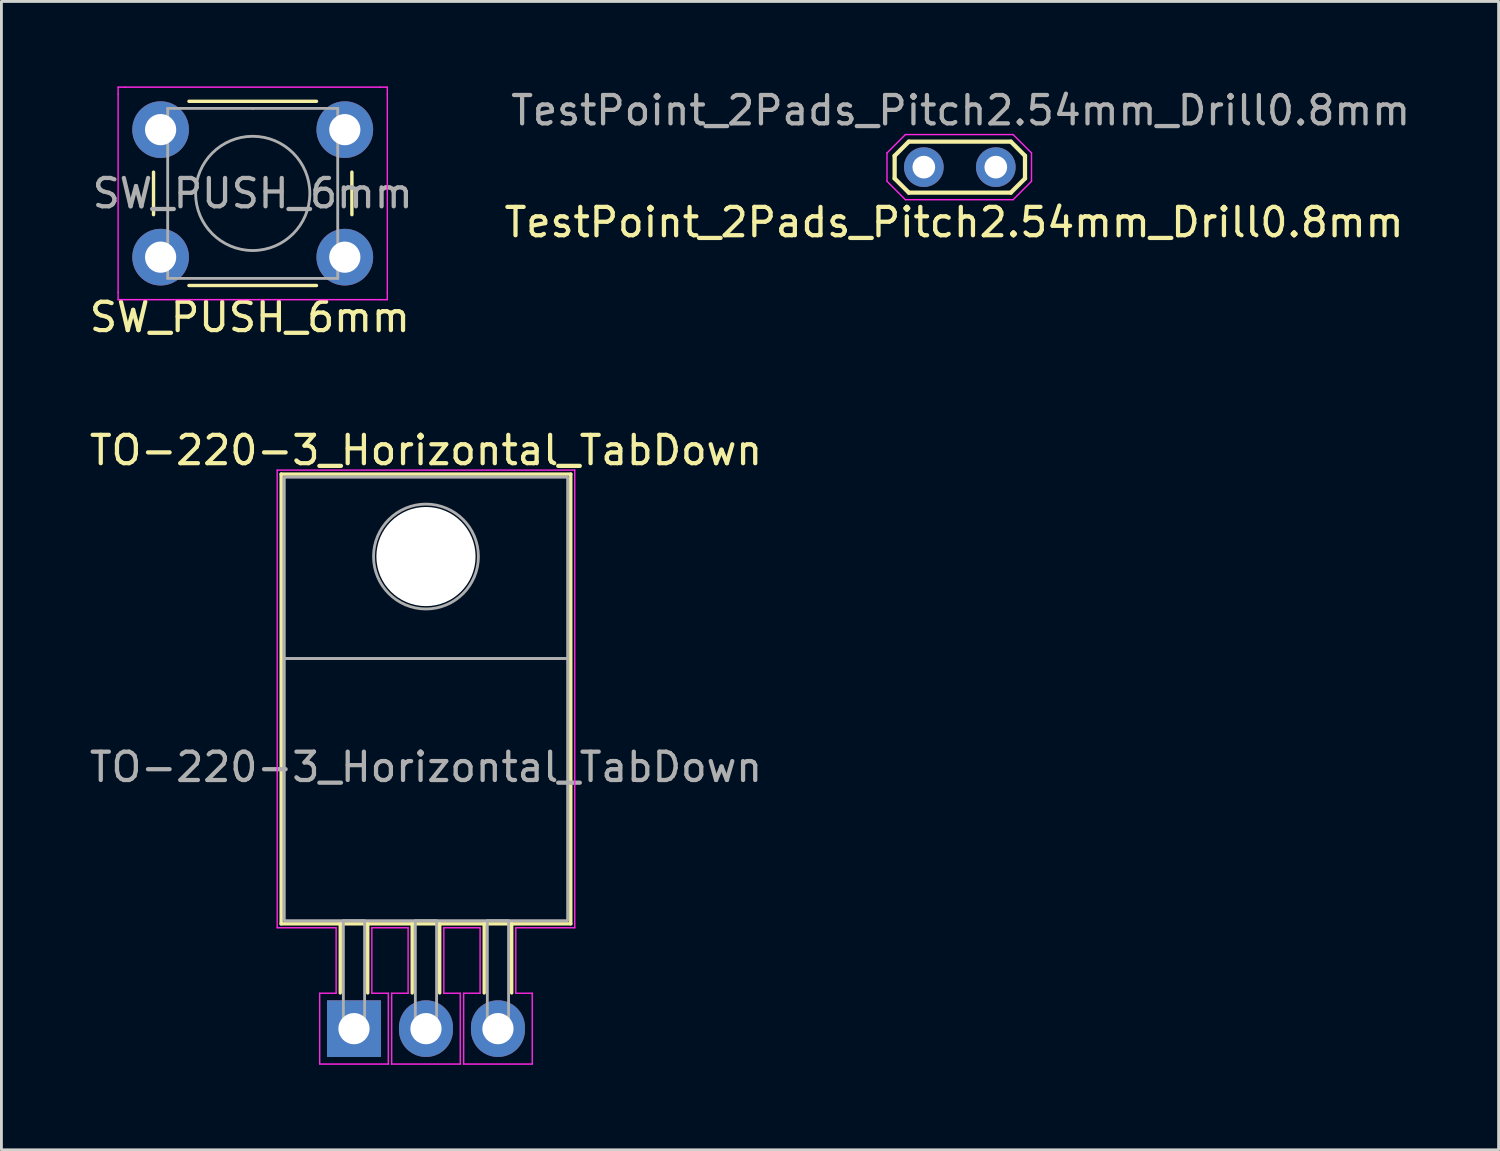
<source format=kicad_pcb>
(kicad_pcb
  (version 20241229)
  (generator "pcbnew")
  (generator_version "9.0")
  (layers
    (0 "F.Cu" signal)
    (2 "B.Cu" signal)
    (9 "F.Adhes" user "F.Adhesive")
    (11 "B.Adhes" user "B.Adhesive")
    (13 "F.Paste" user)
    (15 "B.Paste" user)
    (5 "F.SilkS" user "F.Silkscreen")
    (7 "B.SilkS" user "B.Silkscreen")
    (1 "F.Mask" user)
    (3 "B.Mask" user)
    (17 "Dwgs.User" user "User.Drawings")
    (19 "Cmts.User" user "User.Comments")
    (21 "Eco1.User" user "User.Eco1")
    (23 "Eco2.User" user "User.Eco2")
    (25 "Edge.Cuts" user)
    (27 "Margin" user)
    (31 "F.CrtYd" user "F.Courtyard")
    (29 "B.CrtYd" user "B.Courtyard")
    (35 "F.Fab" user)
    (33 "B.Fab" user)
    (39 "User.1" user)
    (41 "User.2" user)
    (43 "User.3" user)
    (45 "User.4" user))
  (footprint "SW_PUSH_6mm"
    (layer "F.Cu")
    (at 2.618 1.525)
    (property "Reference" "SW_PUSH_6mm" (at 3.15 6.619 0) (unlocked yes) (layer "F.SilkS") (effects (font (size 1 1) (thickness 0.15))))
    (attr through_hole)
    (fp_line (start -0.25 1.5) (end -0.25 3) (stroke (width 0.12) (type solid)) (layer "F.SilkS"))
    (fp_line (start 1 5.5) (end 5.5 5.5) (stroke (width 0.12) (type solid)) (layer "F.SilkS"))
    (fp_line (start 5.5 -1) (end 1 -1) (stroke (width 0.12) (type solid)) (layer "F.SilkS"))
    (fp_line (start 6.75 3) (end 6.75 1.5) (stroke (width 0.12) (type solid)) (layer "F.SilkS"))
    (fp_line (start -1.5 -1.5) (end -1.25 -1.5) (stroke (width 0.05) (type solid)) (layer "F.CrtYd"))
    (fp_line (start -1.5 -1.25) (end -1.5 -1.5) (stroke (width 0.05) (type solid)) (layer "F.CrtYd"))
    (fp_line (start -1.5 5.75) (end -1.5 -1.25) (stroke (width 0.05) (type solid)) (layer "F.CrtYd"))
    (fp_line (start -1.5 5.75) (end -1.5 6) (stroke (width 0.05) (type solid)) (layer "F.CrtYd"))
    (fp_line (start -1.5 6) (end -1.25 6) (stroke (width 0.05) (type solid)) (layer "F.CrtYd"))
    (fp_line (start -1.25 -1.5) (end 7.75 -1.5) (stroke (width 0.05) (type solid)) (layer "F.CrtYd"))
    (fp_line (start 7.75 -1.5) (end 8 -1.5) (stroke (width 0.05) (type solid)) (layer "F.CrtYd"))
    (fp_line (start 7.75 6) (end -1.25 6) (stroke (width 0.05) (type solid)) (layer "F.CrtYd"))
    (fp_line (start 7.75 6) (end 8 6) (stroke (width 0.05) (type solid)) (layer "F.CrtYd"))
    (fp_line (start 8 -1.5) (end 8 -1.25) (stroke (width 0.05) (type solid)) (layer "F.CrtYd"))
    (fp_line (start 8 -1.25) (end 8 5.75) (stroke (width 0.05) (type solid)) (layer "F.CrtYd"))
    (fp_line (start 8 6) (end 8 5.75) (stroke (width 0.05) (type solid)) (layer "F.CrtYd"))
    (fp_line (start 0.25 -0.75) (end 3.25 -0.75) (stroke (width 0.1) (type solid)) (layer "F.Fab"))
    (fp_line (start 0.25 5.25) (end 0.25 -0.75) (stroke (width 0.1) (type solid)) (layer "F.Fab"))
    (fp_line (start 3.25 -0.75) (end 6.25 -0.75) (stroke (width 0.1) (type solid)) (layer "F.Fab"))
    (fp_line (start 6.25 -0.75) (end 6.25 5.25) (stroke (width 0.1) (type solid)) (layer "F.Fab"))
    (fp_line (start 6.25 5.25) (end 0.25 5.25) (stroke (width 0.1) (type solid)) (layer "F.Fab"))
    (fp_circle (center 3.25 2.25) (end 1.25 2.5) (stroke (width 0.1) (type solid)) (fill no) (layer "F.Fab"))
    (fp_text user "${REFERENCE}" (at 3.25 2.25 0) (layer "F.Fab") (effects (font (size 1 1) (thickness 0.15))))
    (pad "1" thru_hole circle (at 0 0 90) (size 2 2) (drill 1.1) (layers "*.Cu" "*.Mask"))
    (pad "1" thru_hole circle (at 6.5 0 90) (size 2 2) (drill 1.1) (layers "*.Cu" "*.Mask"))
    (pad "2" thru_hole circle (at 0 4.5 90) (size 2 2) (drill 1.1) (layers "*.Cu" "*.Mask"))
    (pad "2" thru_hole circle (at 6.5 4.5 90) (size 2 2) (drill 1.1) (layers "*.Cu" "*.Mask")))
  (footprint "TestPoint_2Pads_Pitch2.54mm_Drill0.8mm"
    (layer "F.Cu")
    (at 29.551 2.848)
    (property "Reference" "TestPoint_2Pads_Pitch2.54mm_Drill0.8mm" (at 1.067 1.948 0) (unlocked yes) (layer "F.SilkS") (effects (font (size 1 1) (thickness 0.15))))
    (attr exclude_from_pos_files)
    (fp_line (start -1.03 -0.4) (end -0.53 -0.9) (stroke (width 0.15) (type solid)) (layer "F.SilkS"))
    (fp_line (start -1.03 0.4) (end -1.03 -0.4) (stroke (width 0.15) (type solid)) (layer "F.SilkS"))
    (fp_line (start -0.53 -0.9) (end 3.07 -0.9) (stroke (width 0.15) (type solid)) (layer "F.SilkS"))
    (fp_line (start -0.53 0.9) (end -1.03 0.4) (stroke (width 0.15) (type solid)) (layer "F.SilkS"))
    (fp_line (start 3.07 -0.9) (end 3.57 -0.4) (stroke (width 0.15) (type solid)) (layer "F.SilkS"))
    (fp_line (start 3.07 0.9) (end -0.53 0.9) (stroke (width 0.15) (type solid)) (layer "F.SilkS"))
    (fp_line (start 3.57 -0.4) (end 3.57 0.4) (stroke (width 0.15) (type solid)) (layer "F.SilkS"))
    (fp_line (start 3.57 0.4) (end 3.07 0.9) (stroke (width 0.15) (type solid)) (layer "F.SilkS"))
    (fp_line (start -1.3 -0.5) (end -1.3 0.5) (stroke (width 0.05) (type solid)) (layer "F.CrtYd"))
    (fp_line (start -1.3 0.5) (end -0.65 1.15) (stroke (width 0.05) (type solid)) (layer "F.CrtYd"))
    (fp_line (start -0.65 -1.15) (end -1.3 -0.5) (stroke (width 0.05) (type solid)) (layer "F.CrtYd"))
    (fp_line (start -0.65 1.15) (end 3.15 1.15) (stroke (width 0.05) (type solid)) (layer "F.CrtYd"))
    (fp_line (start 3.15 -1.15) (end -0.65 -1.15) (stroke (width 0.05) (type solid)) (layer "F.CrtYd"))
    (fp_line (start 3.15 1.15) (end 3.8 0.5) (stroke (width 0.05) (type solid)) (layer "F.CrtYd"))
    (fp_line (start 3.8 -0.5) (end 3.15 -1.15) (stroke (width 0.05) (type solid)) (layer "F.CrtYd"))
    (fp_line (start 3.8 0.5) (end 3.8 -0.5) (stroke (width 0.05) (type solid)) (layer "F.CrtYd"))
    (fp_text user "${REFERENCE}" (at 1.3 -2 0) (layer "F.Fab") (effects (font (size 1 1) (thickness 0.15))))
    (pad "1" thru_hole circle (at 0 0) (size 1.4 1.4) (drill 0.8) (layers "*.Cu" "*.Mask"))
    (pad "2" thru_hole circle (at 2.54 0) (size 1.4 1.4) (drill 0.8) (layers "*.Cu" "*.Mask")))
  (footprint "TO-220-3_Horizontal_TabDown"
    (layer "F.Cu")
    (at 9.442 33.25)
    (property "Reference" "TO-220-3_Horizontal_TabDown" (at 2.54 -20.41 0) (unlocked yes) (layer "F.SilkS") (effects (font (size 1 1) (thickness 0.15))))
    (attr through_hole)
    (fp_line (start -2.57 -19.57) (end 7.65 -19.57) (stroke (width 0.12) (type solid)) (layer "F.SilkS"))
    (fp_line (start -2.57 -3.7) (end -2.57 -19.57) (stroke (width 0.12) (type solid)) (layer "F.SilkS"))
    (fp_line (start -2.57 -3.7) (end 7.65 -3.7) (stroke (width 0.12) (type solid)) (layer "F.SilkS"))
    (fp_line (start -0.485 -3.7) (end -0.485 -1.26) (stroke (width 0.12) (type solid)) (layer "F.SilkS"))
    (fp_line (start 0.485 -3.7) (end 0.485 -1.26) (stroke (width 0.12) (type solid)) (layer "F.SilkS"))
    (fp_line (start 2.055 -3.7) (end 2.055 -1.26) (stroke (width 0.12) (type solid)) (layer "F.SilkS"))
    (fp_line (start 3.025 -3.7) (end 3.025 -1.26) (stroke (width 0.12) (type solid)) (layer "F.SilkS"))
    (fp_line (start 4.595 -3.7) (end 4.595 -1.26) (stroke (width 0.12) (type solid)) (layer "F.SilkS"))
    (fp_line (start 5.565 -3.7) (end 5.565 -1.26) (stroke (width 0.12) (type solid)) (layer "F.SilkS"))
    (fp_line (start 7.65 -3.7) (end 7.65 -19.57) (stroke (width 0.12) (type solid)) (layer "F.SilkS"))
    (fp_line (start -2.71 -19.71) (end 7.79 -19.71) (stroke (width 0.05) (type solid)) (layer "F.CrtYd"))
    (fp_line (start -2.71 -3.56) (end -2.71 -19.71) (stroke (width 0.05) (type solid)) (layer "F.CrtYd"))
    (fp_line (start -1.21 -1.25) (end -0.63 -1.25) (stroke (width 0.05) (type solid)) (layer "F.CrtYd"))
    (fp_line (start -1.21 1.25) (end -1.21 -1.25) (stroke (width 0.05) (type solid)) (layer "F.CrtYd"))
    (fp_line (start -0.63 -3.56) (end -2.71 -3.56) (stroke (width 0.05) (type solid)) (layer "F.CrtYd"))
    (fp_line (start -0.63 -1.25) (end -0.63 -3.56) (stroke (width 0.05) (type solid)) (layer "F.CrtYd"))
    (fp_line (start 0.63 -3.56) (end 0.63 -1.25) (stroke (width 0.05) (type solid)) (layer "F.CrtYd"))
    (fp_line (start 0.63 -1.25) (end 1.21 -1.25) (stroke (width 0.05) (type solid)) (layer "F.CrtYd"))
    (fp_line (start 1.21 -1.25) (end 1.21 1.25) (stroke (width 0.05) (type solid)) (layer "F.CrtYd"))
    (fp_line (start 1.21 1.25) (end -1.21 1.25) (stroke (width 0.05) (type solid)) (layer "F.CrtYd"))
    (fp_line (start 1.33 -1.25) (end 1.91 -1.25) (stroke (width 0.05) (type solid)) (layer "F.CrtYd"))
    (fp_line (start 1.33 1.25) (end 1.33 -1.25) (stroke (width 0.05) (type solid)) (layer "F.CrtYd"))
    (fp_line (start 1.91 -3.56) (end 0.63 -3.56) (stroke (width 0.05) (type solid)) (layer "F.CrtYd"))
    (fp_line (start 1.91 -1.25) (end 1.91 -3.56) (stroke (width 0.05) (type solid)) (layer "F.CrtYd"))
    (fp_line (start 3.17 -3.56) (end 3.17 -1.25) (stroke (width 0.05) (type solid)) (layer "F.CrtYd"))
    (fp_line (start 3.17 -1.25) (end 3.75 -1.25) (stroke (width 0.05) (type solid)) (layer "F.CrtYd"))
    (fp_line (start 3.75 -1.25) (end 3.75 1.25) (stroke (width 0.05) (type solid)) (layer "F.CrtYd"))
    (fp_line (start 3.75 1.25) (end 1.33 1.25) (stroke (width 0.05) (type solid)) (layer "F.CrtYd"))
    (fp_line (start 3.87 -1.25) (end 4.45 -1.25) (stroke (width 0.05) (type solid)) (layer "F.CrtYd"))
    (fp_line (start 3.87 1.25) (end 3.87 -1.25) (stroke (width 0.05) (type solid)) (layer "F.CrtYd"))
    (fp_line (start 4.45 -3.56) (end 3.17 -3.56) (stroke (width 0.05) (type solid)) (layer "F.CrtYd"))
    (fp_line (start 4.45 -1.25) (end 4.45 -3.56) (stroke (width 0.05) (type solid)) (layer "F.CrtYd"))
    (fp_line (start 5.71 -3.56) (end 5.71 -1.25) (stroke (width 0.05) (type solid)) (layer "F.CrtYd"))
    (fp_line (start 5.71 -1.25) (end 6.29 -1.25) (stroke (width 0.05) (type solid)) (layer "F.CrtYd"))
    (fp_line (start 6.29 -1.25) (end 6.29 1.25) (stroke (width 0.05) (type solid)) (layer "F.CrtYd"))
    (fp_line (start 6.29 1.25) (end 3.87 1.25) (stroke (width 0.05) (type solid)) (layer "F.CrtYd"))
    (fp_line (start 7.79 -19.71) (end 7.79 -3.56) (stroke (width 0.05) (type solid)) (layer "F.CrtYd"))
    (fp_line (start 7.79 -3.56) (end 5.71 -3.56) (stroke (width 0.05) (type solid)) (layer "F.CrtYd"))
    (fp_rect (start -2.46 -19.46) (end 7.54 -13.06) (stroke (width 0.1) (type solid)) (fill no) (layer "F.Fab"))
    (fp_rect (start -2.46 -13.06) (end 7.54 -3.81) (stroke (width 0.1) (type solid)) (fill no) (layer "F.Fab"))
    (fp_rect (start -0.375 -3.81) (end 0.375 0) (stroke (width 0.1) (type solid)) (fill no) (layer "F.Fab"))
    (fp_rect (start 2.165 -3.81) (end 2.915 0) (stroke (width 0.1) (type solid)) (fill no) (layer "F.Fab"))
    (fp_rect (start 4.705 -3.81) (end 5.455 0) (stroke (width 0.1) (type solid)) (fill no) (layer "F.Fab"))
    (fp_circle (center 2.54 -16.66) (end 4.39 -16.66) (stroke (width 0.1) (type solid)) (fill no) (layer "F.Fab"))
    (fp_text user "${REFERENCE}" (at 2.54 -9.23 0) (layer "F.Fab") (effects (font (size 1 1) (thickness 0.15))))
    (pad "" np_thru_hole circle (at 2.54 -16.66) (size 3.5 3.5) (drill 3.5) (layers "*.Cu" "*.Mask"))
    (pad "1" thru_hole rect (at 0 0) (size 1.905 2) (drill 1.1) (layers "*.Cu" "*.Mask"))
    (pad "2" thru_hole oval (at 2.54 0) (size 1.905 2) (drill 1.1) (layers "*.Cu" "*.Mask"))
    (pad "3" thru_hole oval (at 5.08 0) (size 1.905 2) (drill 1.1) (layers "*.Cu" "*.Mask")))
  (gr_rect
    (start -3 -3)
    (end 49.834 37.525)
    (stroke (width 0.1) (type default))
    (fill no)
    (layer "Edge.Cuts")))
</source>
